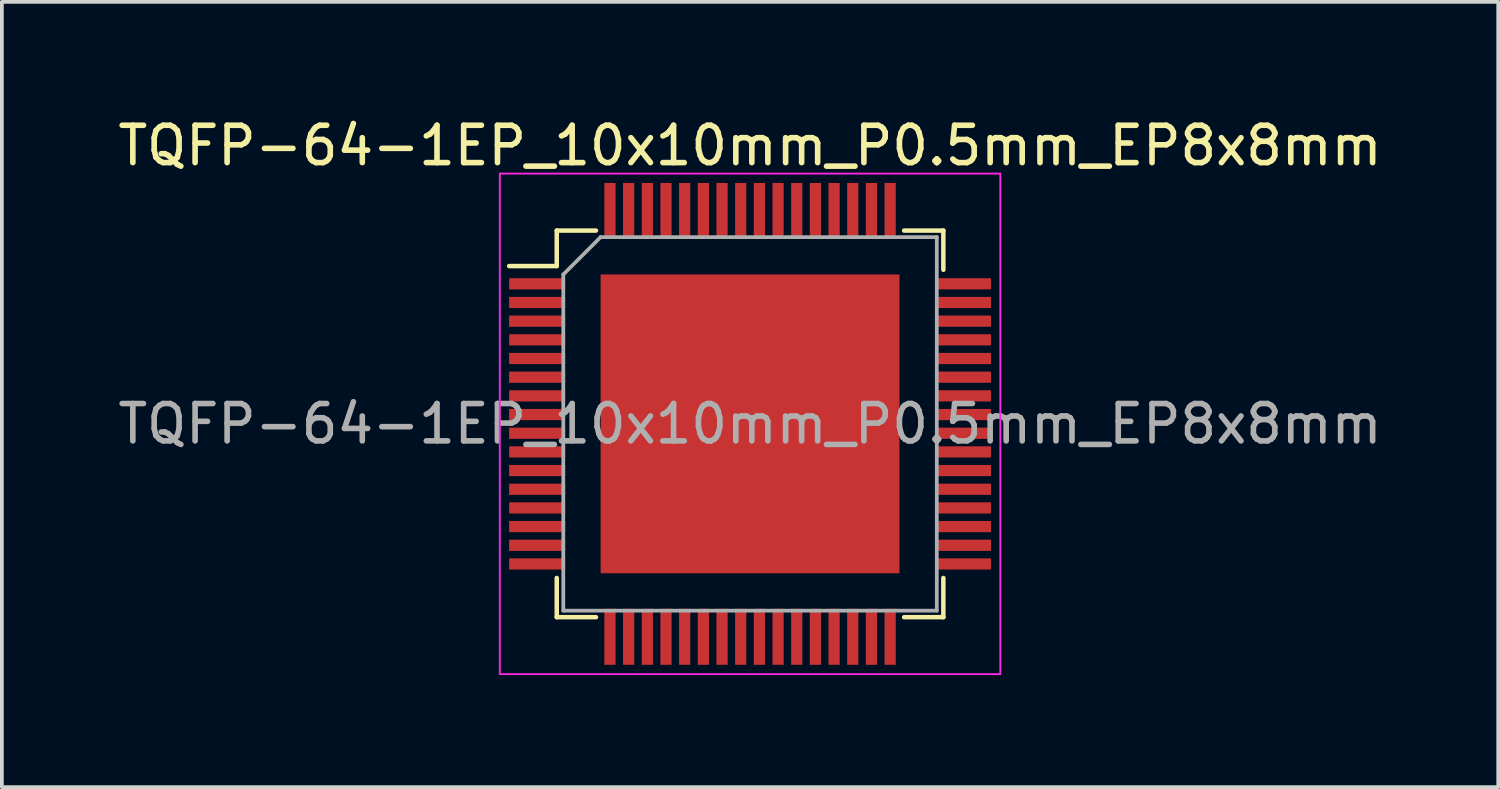
<source format=kicad_pcb>
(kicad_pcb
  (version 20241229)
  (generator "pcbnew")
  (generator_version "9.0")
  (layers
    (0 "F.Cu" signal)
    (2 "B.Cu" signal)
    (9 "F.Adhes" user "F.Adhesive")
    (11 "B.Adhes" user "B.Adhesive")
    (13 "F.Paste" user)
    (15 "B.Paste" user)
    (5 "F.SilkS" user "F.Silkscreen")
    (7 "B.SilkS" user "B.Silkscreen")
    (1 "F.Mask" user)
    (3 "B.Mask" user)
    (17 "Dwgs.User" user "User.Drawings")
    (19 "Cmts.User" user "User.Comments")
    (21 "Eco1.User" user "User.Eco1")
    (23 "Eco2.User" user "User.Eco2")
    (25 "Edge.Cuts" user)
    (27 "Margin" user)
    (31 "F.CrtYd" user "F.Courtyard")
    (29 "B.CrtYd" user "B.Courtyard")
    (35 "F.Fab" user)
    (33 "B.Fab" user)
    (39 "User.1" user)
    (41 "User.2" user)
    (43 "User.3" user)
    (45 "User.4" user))
  (footprint "TQFP-64-1EP_10x10mm_P0.5mm_EP8x8mm"
    (layer "F.Cu")
    (at 17.03 8.298)
    (property "Reference" "TQFP-64-1EP_10x10mm_P0.5mm_EP8x8mm" (at 0 -7.45 0) (layer "F.SilkS") (effects (font (size 1 1) (thickness 0.15))))
    (attr smd)
    (fp_line (start -5.175 -5.175) (end -5.175 -4.225) (stroke (width 0.12) (type solid)) (layer "F.SilkS"))
    (fp_line (start -5.175 -5.175) (end -4.125 -5.175) (stroke (width 0.12) (type solid)) (layer "F.SilkS"))
    (fp_line (start -5.175 -4.225) (end -6.45 -4.225) (stroke (width 0.12) (type solid)) (layer "F.SilkS"))
    (fp_line (start -5.175 5.175) (end -5.175 4.125) (stroke (width 0.12) (type solid)) (layer "F.SilkS"))
    (fp_line (start -5.175 5.175) (end -4.125 5.175) (stroke (width 0.12) (type solid)) (layer "F.SilkS"))
    (fp_line (start 5.175 -5.175) (end 4.125 -5.175) (stroke (width 0.12) (type solid)) (layer "F.SilkS"))
    (fp_line (start 5.175 -5.175) (end 5.175 -4.125) (stroke (width 0.12) (type solid)) (layer "F.SilkS"))
    (fp_line (start 5.175 5.175) (end 4.125 5.175) (stroke (width 0.12) (type solid)) (layer "F.SilkS"))
    (fp_line (start 5.175 5.175) (end 5.175 4.125) (stroke (width 0.12) (type solid)) (layer "F.SilkS"))
    (fp_line (start -6.7 -6.7) (end -6.7 6.7) (stroke (width 0.05) (type solid)) (layer "F.CrtYd"))
    (fp_line (start -6.7 -6.7) (end 6.7 -6.7) (stroke (width 0.05) (type solid)) (layer "F.CrtYd"))
    (fp_line (start -6.7 6.7) (end 6.7 6.7) (stroke (width 0.05) (type solid)) (layer "F.CrtYd"))
    (fp_line (start 6.7 -6.7) (end 6.7 6.7) (stroke (width 0.05) (type solid)) (layer "F.CrtYd"))
    (fp_line (start -5 -4) (end -4 -5) (stroke (width 0.1) (type solid)) (layer "F.Fab"))
    (fp_line (start -5 5) (end -5 -4) (stroke (width 0.1) (type solid)) (layer "F.Fab"))
    (fp_line (start -4 -5) (end 5 -5) (stroke (width 0.1) (type solid)) (layer "F.Fab"))
    (fp_line (start 5 -5) (end 5 5) (stroke (width 0.1) (type solid)) (layer "F.Fab"))
    (fp_line (start 5 5) (end -5 5) (stroke (width 0.1) (type solid)) (layer "F.Fab"))
    (fp_text user "${REFERENCE}" (at 0 0 0) (layer "F.Fab") (effects (font (size 1 1) (thickness 0.15))))
    (pad "" smd rect (at -3.2 -3.2) (size 1.24 1.24) (layers "F.Paste"))
    (pad "" smd rect (at -3.2 -1.6) (size 1.24 1.24) (layers "F.Paste"))
    (pad "" smd rect (at -3.2 0) (size 1.24 1.24) (layers "F.Paste"))
    (pad "" smd rect (at -3.2 1.6) (size 1.24 1.24) (layers "F.Paste"))
    (pad "" smd rect (at -3.2 3.2) (size 1.24 1.24) (layers "F.Paste"))
    (pad "" smd rect (at -1.6 -3.2) (size 1.24 1.24) (layers "F.Paste"))
    (pad "" smd rect (at -1.6 -1.6) (size 1.24 1.24) (layers "F.Paste"))
    (pad "" smd rect (at -1.6 0) (size 1.24 1.24) (layers "F.Paste"))
    (pad "" smd rect (at -1.6 1.6) (size 1.24 1.24) (layers "F.Paste"))
    (pad "" smd rect (at -1.6 3.2) (size 1.24 1.24) (layers "F.Paste"))
    (pad "" smd rect (at 0 -3.2) (size 1.24 1.24) (layers "F.Paste"))
    (pad "" smd rect (at 0 -1.6) (size 1.24 1.24) (layers "F.Paste"))
    (pad "" smd rect (at 0 0) (size 1.24 1.24) (layers "F.Paste"))
    (pad "" smd rect (at 0 1.6) (size 1.24 1.24) (layers "F.Paste"))
    (pad "" smd rect (at 0 3.2) (size 1.24 1.24) (layers "F.Paste"))
    (pad "" smd rect (at 1.6 -3.2) (size 1.24 1.24) (layers "F.Paste"))
    (pad "" smd rect (at 1.6 -1.6) (size 1.24 1.24) (layers "F.Paste"))
    (pad "" smd rect (at 1.6 0) (size 1.24 1.24) (layers "F.Paste"))
    (pad "" smd rect (at 1.6 1.6) (size 1.24 1.24) (layers "F.Paste"))
    (pad "" smd rect (at 1.6 3.2) (size 1.24 1.24) (layers "F.Paste"))
    (pad "" smd rect (at 3.2 -3.2) (size 1.24 1.24) (layers "F.Paste"))
    (pad "" smd rect (at 3.2 -1.6) (size 1.24 1.24) (layers "F.Paste"))
    (pad "" smd rect (at 3.2 0) (size 1.24 1.24) (layers "F.Paste"))
    (pad "" smd rect (at 3.2 1.6) (size 1.24 1.24) (layers "F.Paste"))
    (pad "" smd rect (at 3.2 3.2) (size 1.24 1.24) (layers "F.Paste"))
    (pad "1" smd rect (at -5.7 -3.75) (size 1.5 0.3) (layers "F.Cu" "F.Mask" "F.Paste"))
    (pad "2" smd rect (at -5.7 -3.25) (size 1.5 0.3) (layers "F.Cu" "F.Mask" "F.Paste"))
    (pad "3" smd rect (at -5.7 -2.75) (size 1.5 0.3) (layers "F.Cu" "F.Mask" "F.Paste"))
    (pad "4" smd rect (at -5.7 -2.25) (size 1.5 0.3) (layers "F.Cu" "F.Mask" "F.Paste"))
    (pad "5" smd rect (at -5.7 -1.75) (size 1.5 0.3) (layers "F.Cu" "F.Mask" "F.Paste"))
    (pad "6" smd rect (at -5.7 -1.25) (size 1.5 0.3) (layers "F.Cu" "F.Mask" "F.Paste"))
    (pad "7" smd rect (at -5.7 -0.75) (size 1.5 0.3) (layers "F.Cu" "F.Mask" "F.Paste"))
    (pad "8" smd rect (at -5.7 -0.25) (size 1.5 0.3) (layers "F.Cu" "F.Mask" "F.Paste"))
    (pad "9" smd rect (at -5.7 0.25) (size 1.5 0.3) (layers "F.Cu" "F.Mask" "F.Paste"))
    (pad "10" smd rect (at -5.7 0.75) (size 1.5 0.3) (layers "F.Cu" "F.Mask" "F.Paste"))
    (pad "11" smd rect (at -5.7 1.25) (size 1.5 0.3) (layers "F.Cu" "F.Mask" "F.Paste"))
    (pad "12" smd rect (at -5.7 1.75) (size 1.5 0.3) (layers "F.Cu" "F.Mask" "F.Paste"))
    (pad "13" smd rect (at -5.7 2.25) (size 1.5 0.3) (layers "F.Cu" "F.Mask" "F.Paste"))
    (pad "14" smd rect (at -5.7 2.75) (size 1.5 0.3) (layers "F.Cu" "F.Mask" "F.Paste"))
    (pad "15" smd rect (at -5.7 3.25) (size 1.5 0.3) (layers "F.Cu" "F.Mask" "F.Paste"))
    (pad "16" smd rect (at -5.7 3.75) (size 1.5 0.3) (layers "F.Cu" "F.Mask" "F.Paste"))
    (pad "17" smd rect (at -3.75 5.7 90) (size 1.5 0.3) (layers "F.Cu" "F.Mask" "F.Paste"))
    (pad "18" smd rect (at -3.25 5.7 90) (size 1.5 0.3) (layers "F.Cu" "F.Mask" "F.Paste"))
    (pad "19" smd rect (at -2.75 5.7 90) (size 1.5 0.3) (layers "F.Cu" "F.Mask" "F.Paste"))
    (pad "20" smd rect (at -2.25 5.7 90) (size 1.5 0.3) (layers "F.Cu" "F.Mask" "F.Paste"))
    (pad "21" smd rect (at -1.75 5.7 90) (size 1.5 0.3) (layers "F.Cu" "F.Mask" "F.Paste"))
    (pad "22" smd rect (at -1.25 5.7 90) (size 1.5 0.3) (layers "F.Cu" "F.Mask" "F.Paste"))
    (pad "23" smd rect (at -0.75 5.7 90) (size 1.5 0.3) (layers "F.Cu" "F.Mask" "F.Paste"))
    (pad "24" smd rect (at -0.25 5.7 90) (size 1.5 0.3) (layers "F.Cu" "F.Mask" "F.Paste"))
    (pad "25" smd rect (at 0.25 5.7 90) (size 1.5 0.3) (layers "F.Cu" "F.Mask" "F.Paste"))
    (pad "26" smd rect (at 0.75 5.7 90) (size 1.5 0.3) (layers "F.Cu" "F.Mask" "F.Paste"))
    (pad "27" smd rect (at 1.25 5.7 90) (size 1.5 0.3) (layers "F.Cu" "F.Mask" "F.Paste"))
    (pad "28" smd rect (at 1.75 5.7 90) (size 1.5 0.3) (layers "F.Cu" "F.Mask" "F.Paste"))
    (pad "29" smd rect (at 2.25 5.7 90) (size 1.5 0.3) (layers "F.Cu" "F.Mask" "F.Paste"))
    (pad "30" smd rect (at 2.75 5.7 90) (size 1.5 0.3) (layers "F.Cu" "F.Mask" "F.Paste"))
    (pad "31" smd rect (at 3.25 5.7 90) (size 1.5 0.3) (layers "F.Cu" "F.Mask" "F.Paste"))
    (pad "32" smd rect (at 3.75 5.7 90) (size 1.5 0.3) (layers "F.Cu" "F.Mask" "F.Paste"))
    (pad "33" smd rect (at 5.7 3.75) (size 1.5 0.3) (layers "F.Cu" "F.Mask" "F.Paste"))
    (pad "34" smd rect (at 5.7 3.25) (size 1.5 0.3) (layers "F.Cu" "F.Mask" "F.Paste"))
    (pad "35" smd rect (at 5.7 2.75) (size 1.5 0.3) (layers "F.Cu" "F.Mask" "F.Paste"))
    (pad "36" smd rect (at 5.7 2.25) (size 1.5 0.3) (layers "F.Cu" "F.Mask" "F.Paste"))
    (pad "37" smd rect (at 5.7 1.75) (size 1.5 0.3) (layers "F.Cu" "F.Mask" "F.Paste"))
    (pad "38" smd rect (at 5.7 1.25) (size 1.5 0.3) (layers "F.Cu" "F.Mask" "F.Paste"))
    (pad "39" smd rect (at 5.7 0.75) (size 1.5 0.3) (layers "F.Cu" "F.Mask" "F.Paste"))
    (pad "40" smd rect (at 5.7 0.25) (size 1.5 0.3) (layers "F.Cu" "F.Mask" "F.Paste"))
    (pad "41" smd rect (at 5.7 -0.25) (size 1.5 0.3) (layers "F.Cu" "F.Mask" "F.Paste"))
    (pad "42" smd rect (at 5.7 -0.75) (size 1.5 0.3) (layers "F.Cu" "F.Mask" "F.Paste"))
    (pad "43" smd rect (at 5.7 -1.25) (size 1.5 0.3) (layers "F.Cu" "F.Mask" "F.Paste"))
    (pad "44" smd rect (at 5.7 -1.75) (size 1.5 0.3) (layers "F.Cu" "F.Mask" "F.Paste"))
    (pad "45" smd rect (at 5.7 -2.25) (size 1.5 0.3) (layers "F.Cu" "F.Mask" "F.Paste"))
    (pad "46" smd rect (at 5.7 -2.75) (size 1.5 0.3) (layers "F.Cu" "F.Mask" "F.Paste"))
    (pad "47" smd rect (at 5.7 -3.25) (size 1.5 0.3) (layers "F.Cu" "F.Mask" "F.Paste"))
    (pad "48" smd rect (at 5.7 -3.75) (size 1.5 0.3) (layers "F.Cu" "F.Mask" "F.Paste"))
    (pad "49" smd rect (at 3.75 -5.7 90) (size 1.5 0.3) (layers "F.Cu" "F.Mask" "F.Paste"))
    (pad "50" smd rect (at 3.25 -5.7 90) (size 1.5 0.3) (layers "F.Cu" "F.Mask" "F.Paste"))
    (pad "51" smd rect (at 2.75 -5.7 90) (size 1.5 0.3) (layers "F.Cu" "F.Mask" "F.Paste"))
    (pad "52" smd rect (at 2.25 -5.7 90) (size 1.5 0.3) (layers "F.Cu" "F.Mask" "F.Paste"))
    (pad "53" smd rect (at 1.75 -5.7 90) (size 1.5 0.3) (layers "F.Cu" "F.Mask" "F.Paste"))
    (pad "54" smd rect (at 1.25 -5.7 90) (size 1.5 0.3) (layers "F.Cu" "F.Mask" "F.Paste"))
    (pad "55" smd rect (at 0.75 -5.7 90) (size 1.5 0.3) (layers "F.Cu" "F.Mask" "F.Paste"))
    (pad "56" smd rect (at 0.25 -5.7 90) (size 1.5 0.3) (layers "F.Cu" "F.Mask" "F.Paste"))
    (pad "57" smd rect (at -0.25 -5.7 90) (size 1.5 0.3) (layers "F.Cu" "F.Mask" "F.Paste"))
    (pad "58" smd rect (at -0.75 -5.7 90) (size 1.5 0.3) (layers "F.Cu" "F.Mask" "F.Paste"))
    (pad "59" smd rect (at -1.25 -5.7 90) (size 1.5 0.3) (layers "F.Cu" "F.Mask" "F.Paste"))
    (pad "60" smd rect (at -1.75 -5.7 90) (size 1.5 0.3) (layers "F.Cu" "F.Mask" "F.Paste"))
    (pad "61" smd rect (at -2.25 -5.7 90) (size 1.5 0.3) (layers "F.Cu" "F.Mask" "F.Paste"))
    (pad "62" smd rect (at -2.75 -5.7 90) (size 1.5 0.3) (layers "F.Cu" "F.Mask" "F.Paste"))
    (pad "63" smd rect (at -3.25 -5.7 90) (size 1.5 0.3) (layers "F.Cu" "F.Mask" "F.Paste"))
    (pad "64" smd rect (at -3.75 -5.7 90) (size 1.5 0.3) (layers "F.Cu" "F.Mask" "F.Paste"))
    (pad "65" smd rect (at 0 0) (size 8 8) (layers "F.Cu" "F.Mask")))
  (gr_rect
    (start -3 -3)
    (end 37.06 18.023)
    (stroke (width 0.1) (type default))
    (fill no)
    (layer "Edge.Cuts")))
</source>
